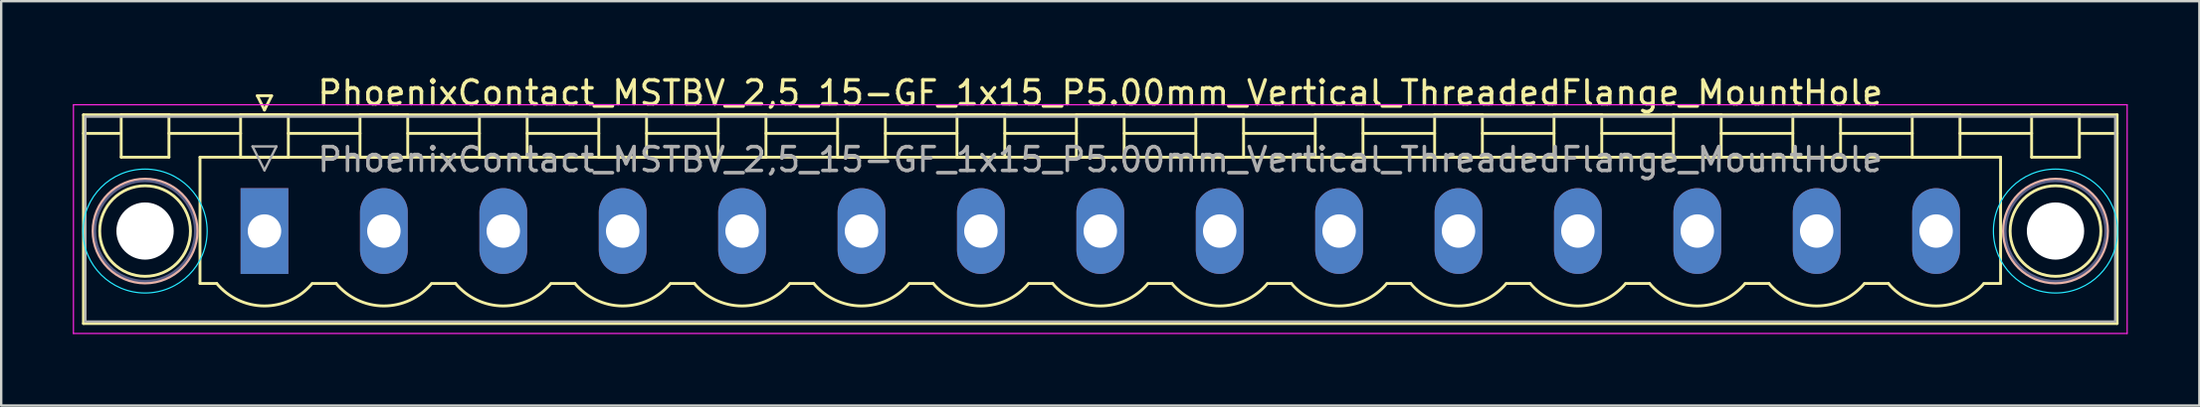
<source format=kicad_pcb>
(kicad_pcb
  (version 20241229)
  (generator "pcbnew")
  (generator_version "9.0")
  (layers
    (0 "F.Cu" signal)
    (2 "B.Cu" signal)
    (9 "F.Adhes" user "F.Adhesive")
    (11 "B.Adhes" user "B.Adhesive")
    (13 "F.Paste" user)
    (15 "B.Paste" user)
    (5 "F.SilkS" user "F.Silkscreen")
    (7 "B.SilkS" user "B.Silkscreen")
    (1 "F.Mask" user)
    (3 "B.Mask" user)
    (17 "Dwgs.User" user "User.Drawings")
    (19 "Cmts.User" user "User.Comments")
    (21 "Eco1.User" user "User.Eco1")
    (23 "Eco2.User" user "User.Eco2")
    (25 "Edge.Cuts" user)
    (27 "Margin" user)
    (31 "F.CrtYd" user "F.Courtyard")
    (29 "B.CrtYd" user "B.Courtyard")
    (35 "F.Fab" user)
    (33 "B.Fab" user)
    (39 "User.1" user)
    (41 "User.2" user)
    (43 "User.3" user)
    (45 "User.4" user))
  (footprint "PhoenixContact_MSTBV_2,5_15-GF_1x15_P5.00mm_Vertical_ThreadedFlange_MountHole"
    (layer "F.Cu")
    (at 8.025 6.648)
    (property "Reference" "PhoenixContact_MSTBV_2,5_15-GF_1x15_P5.00mm_Vertical_ThreadedFlange_MountHole" (at 35 -5.8 0) (layer "F.SilkS") (effects (font (size 1 1) (thickness 0.15))))
    (attr through_hole)
    (fp_line (start -7.58 -4.88) (end -7.58 3.88) (stroke (width 0.12) (type solid)) (layer "F.SilkS"))
    (fp_line (start -7.58 -4.1) (end -6.08 -4.1) (stroke (width 0.12) (type solid)) (layer "F.SilkS"))
    (fp_line (start -7.58 3.88) (end 77.58 3.88) (stroke (width 0.12) (type solid)) (layer "F.SilkS"))
    (fp_line (start -6 -4.88) (end -4 -4.88) (stroke (width 0.12) (type solid)) (layer "F.SilkS"))
    (fp_line (start -6 -3.1) (end -6 -4.88) (stroke (width 0.12) (type solid)) (layer "F.SilkS"))
    (fp_line (start -4 -4.88) (end -4 -3.1) (stroke (width 0.12) (type solid)) (layer "F.SilkS"))
    (fp_line (start -4 -4.1) (end -1 -4.1) (stroke (width 0.12) (type solid)) (layer "F.SilkS"))
    (fp_line (start -4 -3.1) (end -6 -3.1) (stroke (width 0.12) (type solid)) (layer "F.SilkS"))
    (fp_line (start -2.7 -3.1) (end 72.7 -3.1) (stroke (width 0.12) (type solid)) (layer "F.SilkS"))
    (fp_line (start -2.7 2.2) (end -2.7 -3.1) (stroke (width 0.12) (type solid)) (layer "F.SilkS"))
    (fp_line (start -2 2.2) (end -2.7 2.2) (stroke (width 0.12) (type solid)) (layer "F.SilkS"))
    (fp_line (start -1 -4.88) (end 1 -4.88) (stroke (width 0.12) (type solid)) (layer "F.SilkS"))
    (fp_line (start -1 -3.1) (end -1 -4.88) (stroke (width 0.12) (type solid)) (layer "F.SilkS"))
    (fp_line (start -0.3 -5.68) (end 0.3 -5.68) (stroke (width 0.12) (type solid)) (layer "F.SilkS"))
    (fp_line (start 0 -5.08) (end -0.3 -5.68) (stroke (width 0.12) (type solid)) (layer "F.SilkS"))
    (fp_line (start 0.3 -5.68) (end 0 -5.08) (stroke (width 0.12) (type solid)) (layer "F.SilkS"))
    (fp_line (start 1 -4.88) (end 1 -3.1) (stroke (width 0.12) (type solid)) (layer "F.SilkS"))
    (fp_line (start 1 -4.1) (end 4 -4.1) (stroke (width 0.12) (type solid)) (layer "F.SilkS"))
    (fp_line (start 1 -3.1) (end -1 -3.1) (stroke (width 0.12) (type solid)) (layer "F.SilkS"))
    (fp_line (start 2 2.2) (end 3 2.2) (stroke (width 0.12) (type solid)) (layer "F.SilkS"))
    (fp_line (start 4 -4.88) (end 6 -4.88) (stroke (width 0.12) (type solid)) (layer "F.SilkS"))
    (fp_line (start 4 -3.1) (end 4 -4.88) (stroke (width 0.12) (type solid)) (layer "F.SilkS"))
    (fp_line (start 6 -4.88) (end 6 -3.1) (stroke (width 0.12) (type solid)) (layer "F.SilkS"))
    (fp_line (start 6 -4.1) (end 9 -4.1) (stroke (width 0.12) (type solid)) (layer "F.SilkS"))
    (fp_line (start 6 -3.1) (end 4 -3.1) (stroke (width 0.12) (type solid)) (layer "F.SilkS"))
    (fp_line (start 7 2.2) (end 8 2.2) (stroke (width 0.12) (type solid)) (layer "F.SilkS"))
    (fp_line (start 9 -4.88) (end 11 -4.88) (stroke (width 0.12) (type solid)) (layer "F.SilkS"))
    (fp_line (start 9 -3.1) (end 9 -4.88) (stroke (width 0.12) (type solid)) (layer "F.SilkS"))
    (fp_line (start 11 -4.88) (end 11 -3.1) (stroke (width 0.12) (type solid)) (layer "F.SilkS"))
    (fp_line (start 11 -4.1) (end 14 -4.1) (stroke (width 0.12) (type solid)) (layer "F.SilkS"))
    (fp_line (start 11 -3.1) (end 9 -3.1) (stroke (width 0.12) (type solid)) (layer "F.SilkS"))
    (fp_line (start 12 2.2) (end 13 2.2) (stroke (width 0.12) (type solid)) (layer "F.SilkS"))
    (fp_line (start 14 -4.88) (end 16 -4.88) (stroke (width 0.12) (type solid)) (layer "F.SilkS"))
    (fp_line (start 14 -3.1) (end 14 -4.88) (stroke (width 0.12) (type solid)) (layer "F.SilkS"))
    (fp_line (start 16 -4.88) (end 16 -3.1) (stroke (width 0.12) (type solid)) (layer "F.SilkS"))
    (fp_line (start 16 -4.1) (end 19 -4.1) (stroke (width 0.12) (type solid)) (layer "F.SilkS"))
    (fp_line (start 16 -3.1) (end 14 -3.1) (stroke (width 0.12) (type solid)) (layer "F.SilkS"))
    (fp_line (start 17 2.2) (end 18 2.2) (stroke (width 0.12) (type solid)) (layer "F.SilkS"))
    (fp_line (start 19 -4.88) (end 21 -4.88) (stroke (width 0.12) (type solid)) (layer "F.SilkS"))
    (fp_line (start 19 -3.1) (end 19 -4.88) (stroke (width 0.12) (type solid)) (layer "F.SilkS"))
    (fp_line (start 21 -4.88) (end 21 -3.1) (stroke (width 0.12) (type solid)) (layer "F.SilkS"))
    (fp_line (start 21 -4.1) (end 24 -4.1) (stroke (width 0.12) (type solid)) (layer "F.SilkS"))
    (fp_line (start 21 -3.1) (end 19 -3.1) (stroke (width 0.12) (type solid)) (layer "F.SilkS"))
    (fp_line (start 22 2.2) (end 23 2.2) (stroke (width 0.12) (type solid)) (layer "F.SilkS"))
    (fp_line (start 24 -4.88) (end 26 -4.88) (stroke (width 0.12) (type solid)) (layer "F.SilkS"))
    (fp_line (start 24 -3.1) (end 24 -4.88) (stroke (width 0.12) (type solid)) (layer "F.SilkS"))
    (fp_line (start 26 -4.88) (end 26 -3.1) (stroke (width 0.12) (type solid)) (layer "F.SilkS"))
    (fp_line (start 26 -4.1) (end 29 -4.1) (stroke (width 0.12) (type solid)) (layer "F.SilkS"))
    (fp_line (start 26 -3.1) (end 24 -3.1) (stroke (width 0.12) (type solid)) (layer "F.SilkS"))
    (fp_line (start 27 2.2) (end 28 2.2) (stroke (width 0.12) (type solid)) (layer "F.SilkS"))
    (fp_line (start 29 -4.88) (end 31 -4.88) (stroke (width 0.12) (type solid)) (layer "F.SilkS"))
    (fp_line (start 29 -3.1) (end 29 -4.88) (stroke (width 0.12) (type solid)) (layer "F.SilkS"))
    (fp_line (start 31 -4.88) (end 31 -3.1) (stroke (width 0.12) (type solid)) (layer "F.SilkS"))
    (fp_line (start 31 -4.1) (end 34 -4.1) (stroke (width 0.12) (type solid)) (layer "F.SilkS"))
    (fp_line (start 31 -3.1) (end 29 -3.1) (stroke (width 0.12) (type solid)) (layer "F.SilkS"))
    (fp_line (start 32 2.2) (end 33 2.2) (stroke (width 0.12) (type solid)) (layer "F.SilkS"))
    (fp_line (start 34 -4.88) (end 36 -4.88) (stroke (width 0.12) (type solid)) (layer "F.SilkS"))
    (fp_line (start 34 -3.1) (end 34 -4.88) (stroke (width 0.12) (type solid)) (layer "F.SilkS"))
    (fp_line (start 36 -4.88) (end 36 -3.1) (stroke (width 0.12) (type solid)) (layer "F.SilkS"))
    (fp_line (start 36 -4.1) (end 39 -4.1) (stroke (width 0.12) (type solid)) (layer "F.SilkS"))
    (fp_line (start 36 -3.1) (end 34 -3.1) (stroke (width 0.12) (type solid)) (layer "F.SilkS"))
    (fp_line (start 37 2.2) (end 38 2.2) (stroke (width 0.12) (type solid)) (layer "F.SilkS"))
    (fp_line (start 39 -4.88) (end 41 -4.88) (stroke (width 0.12) (type solid)) (layer "F.SilkS"))
    (fp_line (start 39 -3.1) (end 39 -4.88) (stroke (width 0.12) (type solid)) (layer "F.SilkS"))
    (fp_line (start 41 -4.88) (end 41 -3.1) (stroke (width 0.12) (type solid)) (layer "F.SilkS"))
    (fp_line (start 41 -4.1) (end 44 -4.1) (stroke (width 0.12) (type solid)) (layer "F.SilkS"))
    (fp_line (start 41 -3.1) (end 39 -3.1) (stroke (width 0.12) (type solid)) (layer "F.SilkS"))
    (fp_line (start 42 2.2) (end 43 2.2) (stroke (width 0.12) (type solid)) (layer "F.SilkS"))
    (fp_line (start 44 -4.88) (end 46 -4.88) (stroke (width 0.12) (type solid)) (layer "F.SilkS"))
    (fp_line (start 44 -3.1) (end 44 -4.88) (stroke (width 0.12) (type solid)) (layer "F.SilkS"))
    (fp_line (start 46 -4.88) (end 46 -3.1) (stroke (width 0.12) (type solid)) (layer "F.SilkS"))
    (fp_line (start 46 -4.1) (end 49 -4.1) (stroke (width 0.12) (type solid)) (layer "F.SilkS"))
    (fp_line (start 46 -3.1) (end 44 -3.1) (stroke (width 0.12) (type solid)) (layer "F.SilkS"))
    (fp_line (start 47 2.2) (end 48 2.2) (stroke (width 0.12) (type solid)) (layer "F.SilkS"))
    (fp_line (start 49 -4.88) (end 51 -4.88) (stroke (width 0.12) (type solid)) (layer "F.SilkS"))
    (fp_line (start 49 -3.1) (end 49 -4.88) (stroke (width 0.12) (type solid)) (layer "F.SilkS"))
    (fp_line (start 51 -4.88) (end 51 -3.1) (stroke (width 0.12) (type solid)) (layer "F.SilkS"))
    (fp_line (start 51 -4.1) (end 54 -4.1) (stroke (width 0.12) (type solid)) (layer "F.SilkS"))
    (fp_line (start 51 -3.1) (end 49 -3.1) (stroke (width 0.12) (type solid)) (layer "F.SilkS"))
    (fp_line (start 52 2.2) (end 53 2.2) (stroke (width 0.12) (type solid)) (layer "F.SilkS"))
    (fp_line (start 54 -4.88) (end 56 -4.88) (stroke (width 0.12) (type solid)) (layer "F.SilkS"))
    (fp_line (start 54 -3.1) (end 54 -4.88) (stroke (width 0.12) (type solid)) (layer "F.SilkS"))
    (fp_line (start 56 -4.88) (end 56 -3.1) (stroke (width 0.12) (type solid)) (layer "F.SilkS"))
    (fp_line (start 56 -4.1) (end 59 -4.1) (stroke (width 0.12) (type solid)) (layer "F.SilkS"))
    (fp_line (start 56 -3.1) (end 54 -3.1) (stroke (width 0.12) (type solid)) (layer "F.SilkS"))
    (fp_line (start 57 2.2) (end 58 2.2) (stroke (width 0.12) (type solid)) (layer "F.SilkS"))
    (fp_line (start 59 -4.88) (end 61 -4.88) (stroke (width 0.12) (type solid)) (layer "F.SilkS"))
    (fp_line (start 59 -3.1) (end 59 -4.88) (stroke (width 0.12) (type solid)) (layer "F.SilkS"))
    (fp_line (start 61 -4.88) (end 61 -3.1) (stroke (width 0.12) (type solid)) (layer "F.SilkS"))
    (fp_line (start 61 -4.1) (end 64 -4.1) (stroke (width 0.12) (type solid)) (layer "F.SilkS"))
    (fp_line (start 61 -3.1) (end 59 -3.1) (stroke (width 0.12) (type solid)) (layer "F.SilkS"))
    (fp_line (start 62 2.2) (end 63 2.2) (stroke (width 0.12) (type solid)) (layer "F.SilkS"))
    (fp_line (start 64 -4.88) (end 66 -4.88) (stroke (width 0.12) (type solid)) (layer "F.SilkS"))
    (fp_line (start 64 -3.1) (end 64 -4.88) (stroke (width 0.12) (type solid)) (layer "F.SilkS"))
    (fp_line (start 66 -4.88) (end 66 -3.1) (stroke (width 0.12) (type solid)) (layer "F.SilkS"))
    (fp_line (start 66 -4.1) (end 69 -4.1) (stroke (width 0.12) (type solid)) (layer "F.SilkS"))
    (fp_line (start 66 -3.1) (end 64 -3.1) (stroke (width 0.12) (type solid)) (layer "F.SilkS"))
    (fp_line (start 67 2.2) (end 68 2.2) (stroke (width 0.12) (type solid)) (layer "F.SilkS"))
    (fp_line (start 69 -4.88) (end 71 -4.88) (stroke (width 0.12) (type solid)) (layer "F.SilkS"))
    (fp_line (start 69 -3.1) (end 69 -4.88) (stroke (width 0.12) (type solid)) (layer "F.SilkS"))
    (fp_line (start 71 -4.88) (end 71 -3.1) (stroke (width 0.12) (type solid)) (layer "F.SilkS"))
    (fp_line (start 71 -4.1) (end 74 -4.1) (stroke (width 0.12) (type solid)) (layer "F.SilkS"))
    (fp_line (start 71 -3.1) (end 69 -3.1) (stroke (width 0.12) (type solid)) (layer "F.SilkS"))
    (fp_line (start 72.7 -3.1) (end 72.7 2.2) (stroke (width 0.12) (type solid)) (layer "F.SilkS"))
    (fp_line (start 72.7 2.2) (end 72 2.2) (stroke (width 0.12) (type solid)) (layer "F.SilkS"))
    (fp_line (start 74 -4.88) (end 76 -4.88) (stroke (width 0.12) (type solid)) (layer "F.SilkS"))
    (fp_line (start 74 -3.1) (end 74 -4.88) (stroke (width 0.12) (type solid)) (layer "F.SilkS"))
    (fp_line (start 76 -4.88) (end 76 -3.1) (stroke (width 0.12) (type solid)) (layer "F.SilkS"))
    (fp_line (start 76 -3.1) (end 74 -3.1) (stroke (width 0.12) (type solid)) (layer "F.SilkS"))
    (fp_line (start 77.58 -4.88) (end -7.58 -4.88) (stroke (width 0.12) (type solid)) (layer "F.SilkS"))
    (fp_line (start 77.58 -4.1) (end 76.08 -4.1) (stroke (width 0.12) (type solid)) (layer "F.SilkS"))
    (fp_line (start 77.58 3.88) (end 77.58 -4.88) (stroke (width 0.12) (type solid)) (layer "F.SilkS"))
    (fp_arc (start 1.986842 2.215821) (mid -0.010289 3.142758) (end -2 2.2) (stroke (width 0.12) (type solid)) (layer "F.SilkS"))
    (fp_arc (start 6.986842 2.215821) (mid 4.989711 3.142758) (end 3 2.2) (stroke (width 0.12) (type solid)) (layer "F.SilkS"))
    (fp_arc (start 11.986842 2.215821) (mid 9.989711 3.142758) (end 8 2.2) (stroke (width 0.12) (type solid)) (layer "F.SilkS"))
    (fp_arc (start 16.986842 2.215821) (mid 14.989711 3.142758) (end 13 2.2) (stroke (width 0.12) (type solid)) (layer "F.SilkS"))
    (fp_arc (start 21.986842 2.215821) (mid 19.989711 3.142758) (end 18 2.2) (stroke (width 0.12) (type solid)) (layer "F.SilkS"))
    (fp_arc (start 26.986842 2.215821) (mid 24.989711 3.142758) (end 23 2.2) (stroke (width 0.12) (type solid)) (layer "F.SilkS"))
    (fp_arc (start 31.986842 2.215821) (mid 29.989711 3.142758) (end 28 2.2) (stroke (width 0.12) (type solid)) (layer "F.SilkS"))
    (fp_arc (start 36.986842 2.215821) (mid 34.989711 3.142758) (end 33 2.2) (stroke (width 0.12) (type solid)) (layer "F.SilkS"))
    (fp_arc (start 41.986842 2.215821) (mid 39.989711 3.142758) (end 38 2.2) (stroke (width 0.12) (type solid)) (layer "F.SilkS"))
    (fp_arc (start 46.986842 2.215821) (mid 44.989711 3.142758) (end 43 2.2) (stroke (width 0.12) (type solid)) (layer "F.SilkS"))
    (fp_arc (start 51.986842 2.215821) (mid 49.989711 3.142758) (end 48 2.2) (stroke (width 0.12) (type solid)) (layer "F.SilkS"))
    (fp_arc (start 56.986842 2.215821) (mid 54.989711 3.142758) (end 53 2.2) (stroke (width 0.12) (type solid)) (layer "F.SilkS"))
    (fp_arc (start 61.986842 2.215821) (mid 59.989711 3.142758) (end 58 2.2) (stroke (width 0.12) (type solid)) (layer "F.SilkS"))
    (fp_arc (start 66.986842 2.215821) (mid 64.989711 3.142758) (end 63 2.2) (stroke (width 0.12) (type solid)) (layer "F.SilkS"))
    (fp_arc (start 71.986842 2.215821) (mid 69.989711 3.142758) (end 68 2.2) (stroke (width 0.12) (type solid)) (layer "F.SilkS"))
    (fp_circle (center -5 0) (end -3.1 0) (stroke (width 0.12) (type solid)) (fill no) (layer "F.SilkS"))
    (fp_circle (center 75 0) (end 76.9 0) (stroke (width 0.12) (type solid)) (fill no) (layer "F.SilkS"))
    (fp_circle (center -5 0) (end -2.82 0) (stroke (width 0.12) (type solid)) (fill no) (layer "B.SilkS"))
    (fp_circle (center 75 0) (end 77.18 0) (stroke (width 0.12) (type solid)) (fill no) (layer "B.SilkS"))
    (fp_circle (center -5 0) (end -2.4 0) (stroke (width 0.05) (type solid)) (fill no) (layer "B.CrtYd"))
    (fp_circle (center 75 0) (end 77.6 0) (stroke (width 0.05) (type solid)) (fill no) (layer "B.CrtYd"))
    (fp_line (start -8 -5.3) (end -8 4.3) (stroke (width 0.05) (type solid)) (layer "F.CrtYd"))
    (fp_line (start -8 4.3) (end 78 4.3) (stroke (width 0.05) (type solid)) (layer "F.CrtYd"))
    (fp_line (start 78 -5.3) (end -8 -5.3) (stroke (width 0.05) (type solid)) (layer "F.CrtYd"))
    (fp_line (start 78 4.3) (end 78 -5.3) (stroke (width 0.05) (type solid)) (layer "F.CrtYd"))
    (fp_circle (center -5 0) (end -2.9 0) (stroke (width 0.1) (type solid)) (fill no) (layer "B.Fab"))
    (fp_circle (center 75 0) (end 77.1 0) (stroke (width 0.1) (type solid)) (fill no) (layer "B.Fab"))
    (fp_line (start -7.5 -4.8) (end -7.5 3.8) (stroke (width 0.1) (type solid)) (layer "F.Fab"))
    (fp_line (start -7.5 3.8) (end 77.5 3.8) (stroke (width 0.1) (type solid)) (layer "F.Fab"))
    (fp_line (start -0.5 -3.55) (end 0.5 -3.55) (stroke (width 0.1) (type solid)) (layer "F.Fab"))
    (fp_line (start 0 -2.55) (end -0.5 -3.55) (stroke (width 0.1) (type solid)) (layer "F.Fab"))
    (fp_line (start 0.5 -3.55) (end 0 -2.55) (stroke (width 0.1) (type solid)) (layer "F.Fab"))
    (fp_line (start 77.5 -4.8) (end -7.5 -4.8) (stroke (width 0.1) (type solid)) (layer "F.Fab"))
    (fp_line (start 77.5 3.8) (end 77.5 -4.8) (stroke (width 0.1) (type solid)) (layer "F.Fab"))
    (fp_text user "${REFERENCE}" (at 35 -3 0) (layer "F.Fab") (effects (font (size 1 1) (thickness 0.15))))
    (pad "" np_thru_hole circle (at -5 0) (size 2.4 2.4) (drill 2.4) (layers "*.Cu" "*.Mask"))
    (pad "" np_thru_hole circle (at 75 0) (size 2.4 2.4) (drill 2.4) (layers "*.Cu" "*.Mask"))
    (pad "1" thru_hole rect (at 0 0) (size 2 3.6) (drill 1.4) (layers "*.Cu" "*.Mask"))
    (pad "2" thru_hole oval (at 5 0) (size 2 3.6) (drill 1.4) (layers "*.Cu" "*.Mask"))
    (pad "3" thru_hole oval (at 10 0) (size 2 3.6) (drill 1.4) (layers "*.Cu" "*.Mask"))
    (pad "4" thru_hole oval (at 15 0) (size 2 3.6) (drill 1.4) (layers "*.Cu" "*.Mask"))
    (pad "5" thru_hole oval (at 20 0) (size 2 3.6) (drill 1.4) (layers "*.Cu" "*.Mask"))
    (pad "6" thru_hole oval (at 25 0) (size 2 3.6) (drill 1.4) (layers "*.Cu" "*.Mask"))
    (pad "7" thru_hole oval (at 30 0) (size 2 3.6) (drill 1.4) (layers "*.Cu" "*.Mask"))
    (pad "8" thru_hole oval (at 35 0) (size 2 3.6) (drill 1.4) (layers "*.Cu" "*.Mask"))
    (pad "9" thru_hole oval (at 40 0) (size 2 3.6) (drill 1.4) (layers "*.Cu" "*.Mask"))
    (pad "10" thru_hole oval (at 45 0) (size 2 3.6) (drill 1.4) (layers "*.Cu" "*.Mask"))
    (pad "11" thru_hole oval (at 50 0) (size 2 3.6) (drill 1.4) (layers "*.Cu" "*.Mask"))
    (pad "12" thru_hole oval (at 55 0) (size 2 3.6) (drill 1.4) (layers "*.Cu" "*.Mask"))
    (pad "13" thru_hole oval (at 60 0) (size 2 3.6) (drill 1.4) (layers "*.Cu" "*.Mask"))
    (pad "14" thru_hole oval (at 65 0) (size 2 3.6) (drill 1.4) (layers "*.Cu" "*.Mask"))
    (pad "15" thru_hole oval (at 70 0) (size 2 3.6) (drill 1.4) (layers "*.Cu" "*.Mask")))
  (gr_rect
    (start -3 -3)
    (end 89.05 13.973)
    (stroke (width 0.1) (type default))
    (fill no)
    (layer "Edge.Cuts")))
</source>
